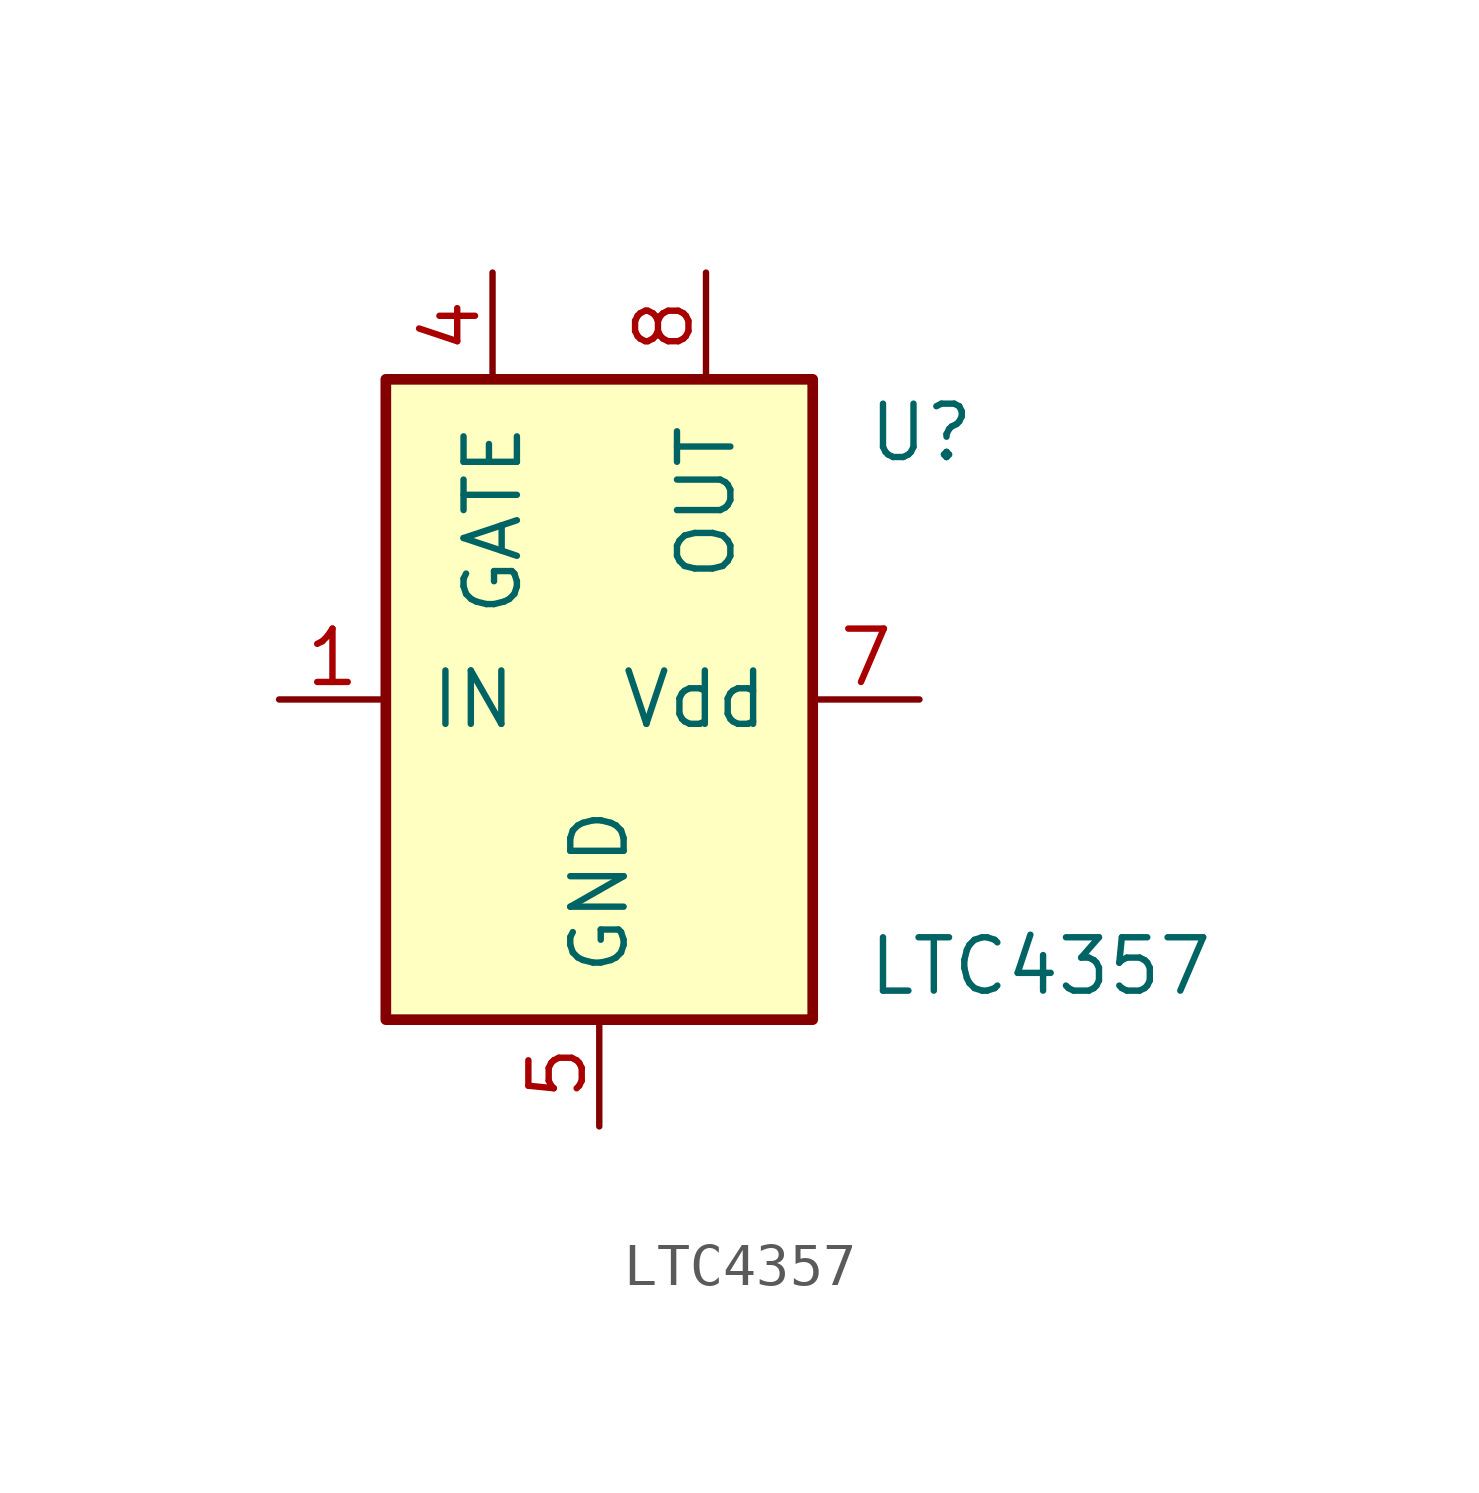
<source format=kicad_sym>
(kicad_symbol_lib
  (version 20210619)
  (generator kicad_symbol_editor)
  (symbol "ulib_Ideal_Diode_Controller:LTC4357"
    (pin_names
      (offset 1.016))
    (property "Reference" "U"
      (at 6.35 6.35 0)
      (effects (font (size 1.27 1.27)) (justify left)))
    (property "Value" "LTC4357"
      (at 6.35 -6.35 0)
      (effects (font (size 1.27 1.27)) (justify left)))
    (symbol "LTC4357_0_1"
      (rectangle (start -5.08 7.62) (end 5.08 -7.62) (stroke (width 0.254)) (fill (type background))))
    (symbol "LTC4357_1_1"
      (pin input line (at -7.62 0 0) (length 2.54) (name "IN" (effects (font (size 1.27 1.27)))) (number "1" (effects (font (size 1.27 1.27)))))
      (pin no_connect line (at -7.62 -2.54 0) (length 2.54) hide (name "NC" (effects (font (size 1.27 1.27)))) (number "2" (effects (font (size 1.27 1.27)))))
      (pin no_connect line (at -7.62 -5.08 0) (length 2.54) hide (name "NC" (effects (font (size 1.27 1.27)))) (number "3" (effects (font (size 1.27 1.27)))))
      (pin output line (at -2.54 10.16 270) (length 2.54) (name "GATE" (effects (font (size 1.27 1.27)))) (number "4" (effects (font (size 1.27 1.27)))))
      (pin power_in line (at 0 -10.16 90) (length 2.54) (name "GND" (effects (font (size 1.27 1.27)))) (number "5" (effects (font (size 1.27 1.27)))))
      (pin no_connect line (at 2.54 -10.16 90) (length 2.54) hide (name "NC" (effects (font (size 1.27 1.27)))) (number "6" (effects (font (size 1.27 1.27)))))
      (pin power_in line (at 7.62 0 180) (length 2.54) (name "Vdd" (effects (font (size 1.27 1.27)))) (number "7" (effects (font (size 1.27 1.27)))))
      (pin input line (at 2.54 10.16 270) (length 2.54) (name "OUT" (effects (font (size 1.27 1.27)))) (number "8" (effects (font (size 1.27 1.27))))))))
</source>
